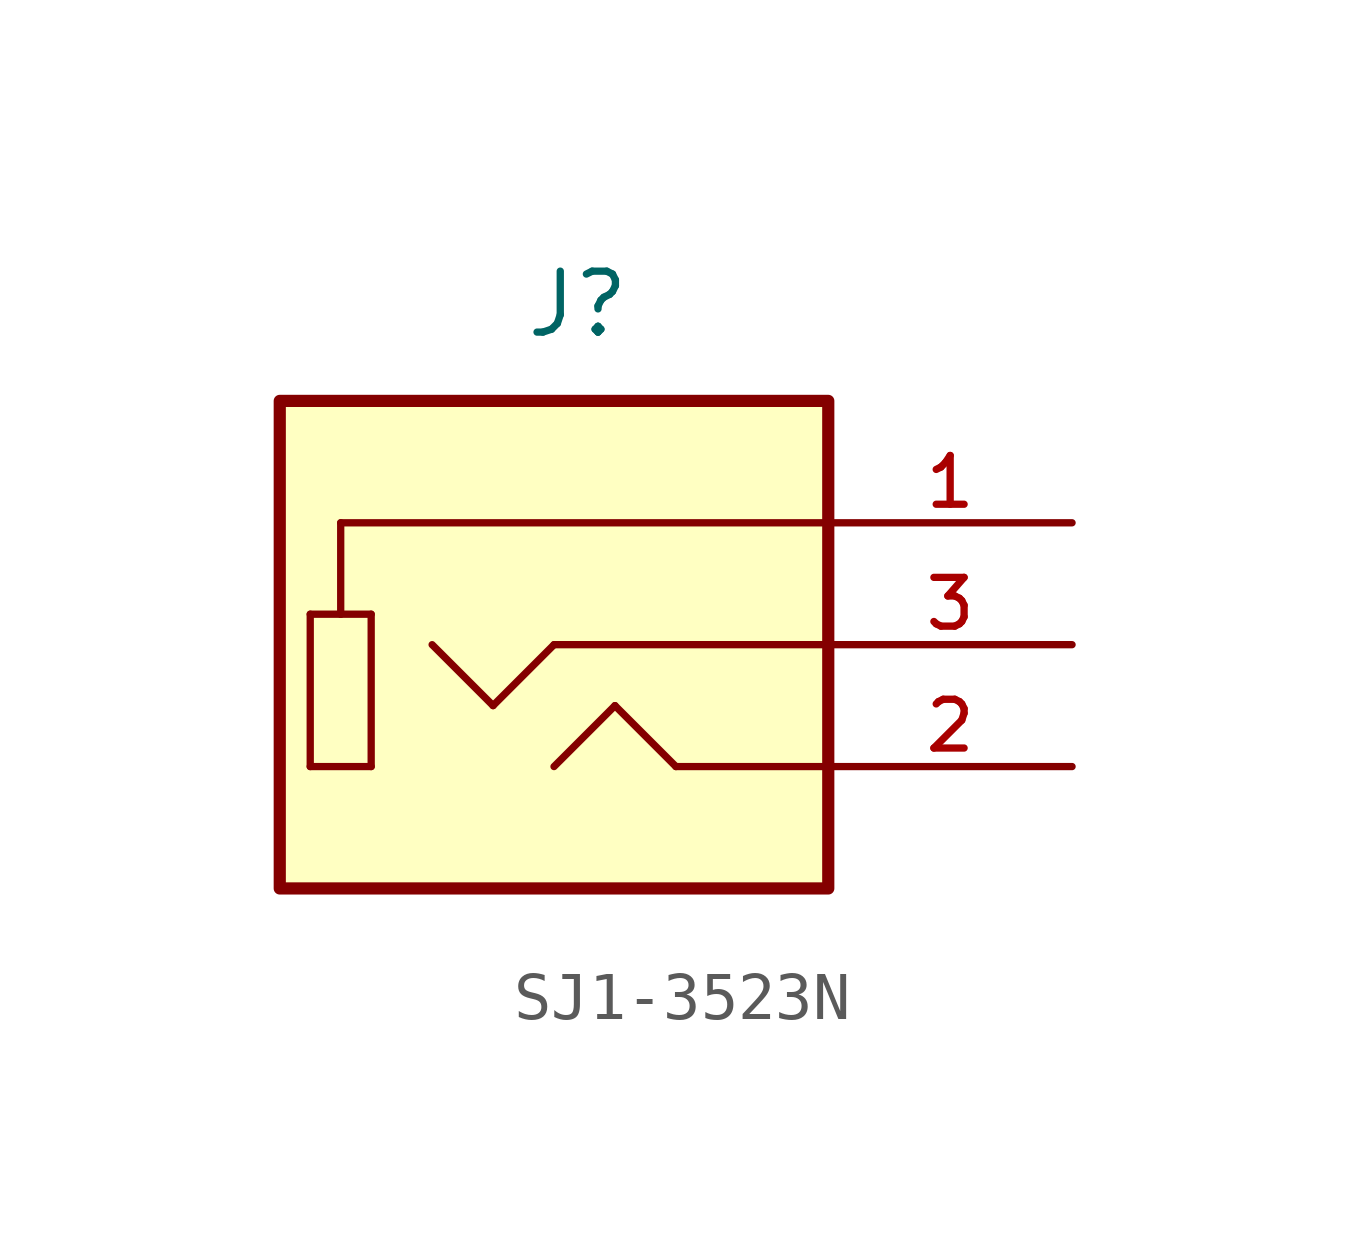
<source format=kicad_sym>
(kicad_symbol_lib
  (version 20220914)
  (generator kicad_symbol_editor)
  (symbol "SJ1-3523N"
    (pin_names
      (offset 1.016))
    (property "Reference" "J"
      (at -2.54 6.35 0)
      (effects (font (size 1.27 1.27)) (justify left bottom)))
    (symbol "SJ1-3523N_0_0"
      (rectangle (start -7.62 5.08) (end 3.81 -5.08) (stroke (width 0.254) (type default)) (fill (type background)))
      (polyline (pts (xy -6.985 -2.54) (xy -6.985 0.635)) (stroke (width 0.152) (type default)) (fill (type none)))
      (polyline (pts (xy -6.985 0.635) (xy -6.35 0.635)) (stroke (width 0.152) (type default)) (fill (type none)))
      (polyline (pts (xy -6.35 0.635) (xy -5.715 0.635)) (stroke (width 0.152) (type default)) (fill (type none)))
      (polyline (pts (xy -6.35 2.54) (xy -6.35 0.635)) (stroke (width 0.152) (type default)) (fill (type none)))
      (polyline (pts (xy -5.715 -2.54) (xy -6.985 -2.54)) (stroke (width 0.152) (type default)) (fill (type none)))
      (polyline (pts (xy -5.715 0.635) (xy -5.715 -2.54)) (stroke (width 0.152) (type default)) (fill (type none)))
      (polyline (pts (xy -3.175 -1.27) (xy -4.445 0)) (stroke (width 0.152) (type default)) (fill (type none)))
      (polyline (pts (xy -1.905 0) (xy -3.175 -1.27)) (stroke (width 0.152) (type default)) (fill (type none)))
      (polyline (pts (xy -0.635 -1.27) (xy -1.905 -2.54)) (stroke (width 0.152) (type default)) (fill (type none)))
      (polyline (pts (xy 0.635 -2.54) (xy -0.635 -1.27)) (stroke (width 0.152) (type default)) (fill (type none)))
      (polyline (pts (xy 3.81 -2.54) (xy 0.635 -2.54)) (stroke (width 0.152) (type default)) (fill (type none)))
      (polyline (pts (xy 3.81 0) (xy -1.905 0)) (stroke (width 0.152) (type default)) (fill (type none)))
      (polyline (pts (xy 3.81 2.54) (xy -6.35 2.54)) (stroke (width 0.152) (type default)) (fill (type none)))
      (pin passive line (at 8.89 2.54 180) (length 5.08) (name "~" (effects (font (size 1.016 1.016)))) (number "1" (effects (font (size 1.016 1.016)))))
      (pin passive line (at 8.89 -2.54 180) (length 5.08) (name "~" (effects (font (size 1.016 1.016)))) (number "2" (effects (font (size 1.016 1.016)))))
      (pin passive line (at 8.89 0 180) (length 5.08) (name "~" (effects (font (size 1.016 1.016)))) (number "3" (effects (font (size 1.016 1.016))))))))
</source>
